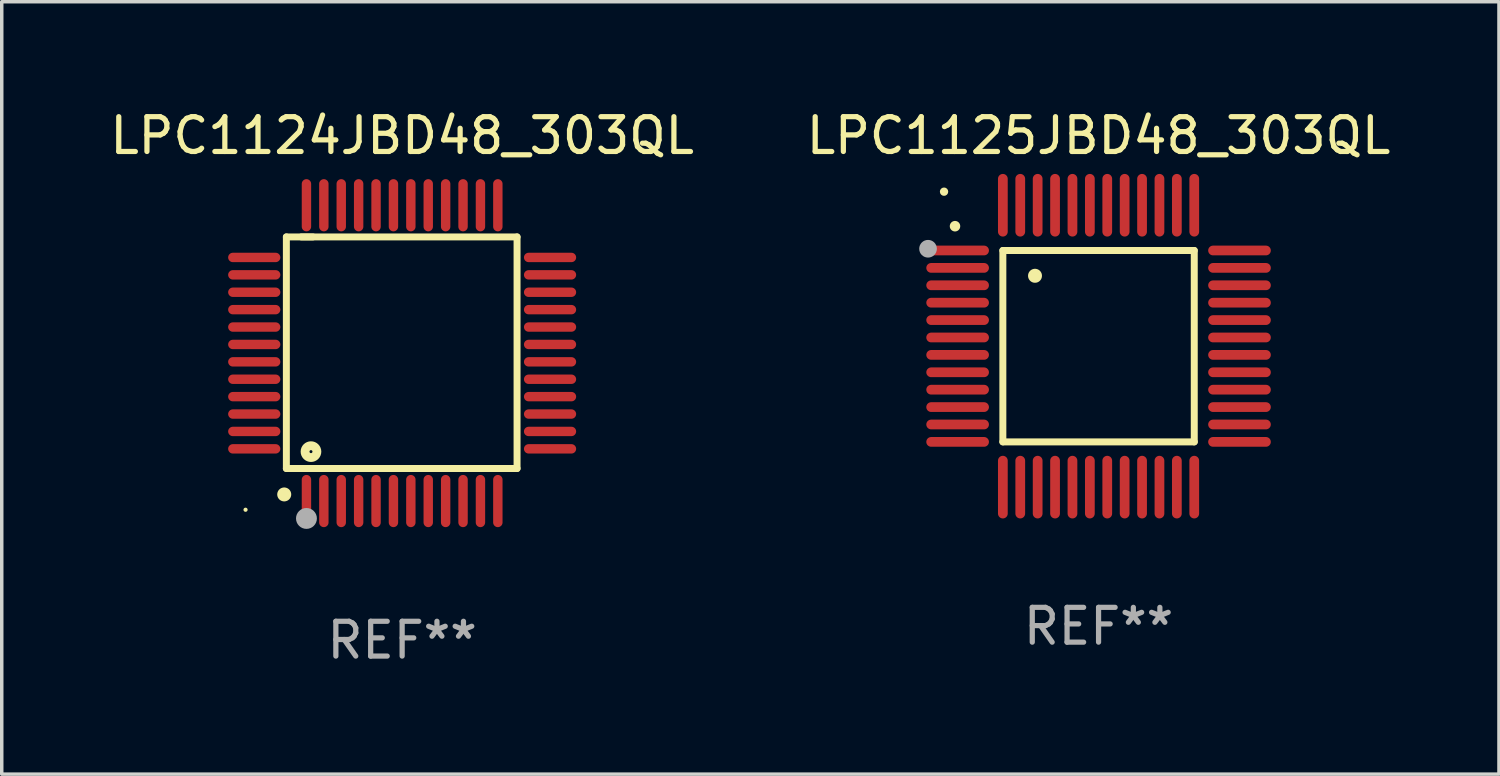
<source format=kicad_pcb>
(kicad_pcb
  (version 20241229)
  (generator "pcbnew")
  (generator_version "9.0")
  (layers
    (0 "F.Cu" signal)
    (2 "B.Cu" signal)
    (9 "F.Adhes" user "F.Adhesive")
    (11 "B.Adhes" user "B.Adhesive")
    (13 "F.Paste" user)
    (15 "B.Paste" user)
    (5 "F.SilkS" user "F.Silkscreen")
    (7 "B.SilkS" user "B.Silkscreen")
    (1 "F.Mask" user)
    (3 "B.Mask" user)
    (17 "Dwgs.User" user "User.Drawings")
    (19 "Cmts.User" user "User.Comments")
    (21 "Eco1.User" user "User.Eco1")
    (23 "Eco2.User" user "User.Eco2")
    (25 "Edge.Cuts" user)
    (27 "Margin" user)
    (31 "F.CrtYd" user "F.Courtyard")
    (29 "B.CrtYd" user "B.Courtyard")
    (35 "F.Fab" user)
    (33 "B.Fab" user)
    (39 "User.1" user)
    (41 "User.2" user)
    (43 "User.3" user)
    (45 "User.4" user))
  (footprint "LPC1125JBD48_303QL"
    (layer "F.Cu")
    (at 28.518 6.898)
    (property "Reference" "LPC1125JBD48_303QL" (at 0 -6.05 0) (layer "F.SilkS") (effects (font (size 1 1) (thickness 0.15))))
    (attr through_hole)
    (fp_line (start -2.75 -2.75) (end 2.75 -2.75) (stroke (width 0.2) (type solid)) (layer "F.SilkS"))
    (fp_line (start -2.75 2.75) (end -2.75 -2.75) (stroke (width 0.2) (type solid)) (layer "F.SilkS"))
    (fp_line (start 2.75 -2.75) (end 2.75 2.75) (stroke (width 0.2) (type solid)) (layer "F.SilkS"))
    (fp_line (start 2.75 2.75) (end -2.75 2.75) (stroke (width 0.2) (type solid)) (layer "F.SilkS"))
    (fp_arc (start -4.124968 -3.446787) (mid -4.124973 -3.448057) (end -4.124968 -3.449327) (stroke (width 0.3) (type solid)) (layer "F.SilkS"))
    (fp_arc (start -1.826264 -2.021844) (mid -1.826268 -2.023114) (end -1.826264 -2.024384) (stroke (width 0.4) (type solid)) (layer "F.SilkS"))
    (fp_circle (center -4.44 -4.44) (end -4.38 -4.44) (stroke (width 0.12) (type solid)) (fill no) (layer "F.SilkS"))
    (fp_circle (center -4.9 -2.8) (end -4.773 -2.8) (stroke (width 0.254) (type solid)) (fill no) (layer "F.Fab"))
    (fp_text user "REF**" (at 0 8.05 0) (layer "F.Fab") (effects (font (size 1 1) (thickness 0.15))))
    (pad "1" smd oval (at -4.05 -2.75 90) (size 0.28 1.8) (layers "F.Cu" "F.Mask" "F.Paste"))
    (pad "2" smd oval (at -4.05 -2.25 90) (size 0.28 1.8) (layers "F.Cu" "F.Mask" "F.Paste"))
    (pad "3" smd oval (at -4.05 -1.75 90) (size 0.28 1.8) (layers "F.Cu" "F.Mask" "F.Paste"))
    (pad "4" smd oval (at -4.05 -1.25 90) (size 0.28 1.8) (layers "F.Cu" "F.Mask" "F.Paste"))
    (pad "5" smd oval (at -4.05 -0.75 90) (size 0.28 1.8) (layers "F.Cu" "F.Mask" "F.Paste"))
    (pad "6" smd oval (at -4.05 -0.25 90) (size 0.28 1.8) (layers "F.Cu" "F.Mask" "F.Paste"))
    (pad "7" smd oval (at -4.05 0.25 90) (size 0.28 1.8) (layers "F.Cu" "F.Mask" "F.Paste"))
    (pad "8" smd oval (at -4.05 0.75 90) (size 0.28 1.8) (layers "F.Cu" "F.Mask" "F.Paste"))
    (pad "9" smd oval (at -4.05 1.25 90) (size 0.28 1.8) (layers "F.Cu" "F.Mask" "F.Paste"))
    (pad "10" smd oval (at -4.05 1.75 90) (size 0.28 1.8) (layers "F.Cu" "F.Mask" "F.Paste"))
    (pad "11" smd oval (at -4.05 2.25 90) (size 0.28 1.8) (layers "F.Cu" "F.Mask" "F.Paste"))
    (pad "12" smd oval (at -4.05 2.75 90) (size 0.28 1.8) (layers "F.Cu" "F.Mask" "F.Paste"))
    (pad "13" smd oval (at -2.75 4.05) (size 0.28 1.8) (layers "F.Cu" "F.Mask" "F.Paste"))
    (pad "14" smd oval (at -2.25 4.05) (size 0.28 1.8) (layers "F.Cu" "F.Mask" "F.Paste"))
    (pad "15" smd oval (at -1.75 4.05) (size 0.28 1.8) (layers "F.Cu" "F.Mask" "F.Paste"))
    (pad "16" smd oval (at -1.25 4.05) (size 0.28 1.8) (layers "F.Cu" "F.Mask" "F.Paste"))
    (pad "17" smd oval (at -0.75 4.05) (size 0.28 1.8) (layers "F.Cu" "F.Mask" "F.Paste"))
    (pad "18" smd oval (at -0.25 4.05) (size 0.28 1.8) (layers "F.Cu" "F.Mask" "F.Paste"))
    (pad "19" smd oval (at 0.25 4.05) (size 0.28 1.8) (layers "F.Cu" "F.Mask" "F.Paste"))
    (pad "20" smd oval (at 0.75 4.05) (size 0.28 1.8) (layers "F.Cu" "F.Mask" "F.Paste"))
    (pad "21" smd oval (at 1.25 4.05) (size 0.28 1.8) (layers "F.Cu" "F.Mask" "F.Paste"))
    (pad "22" smd oval (at 1.75 4.05) (size 0.28 1.8) (layers "F.Cu" "F.Mask" "F.Paste"))
    (pad "23" smd oval (at 2.25 4.05) (size 0.28 1.8) (layers "F.Cu" "F.Mask" "F.Paste"))
    (pad "24" smd oval (at 2.75 4.05) (size 0.28 1.8) (layers "F.Cu" "F.Mask" "F.Paste"))
    (pad "25" smd oval (at 4.05 2.75 90) (size 0.28 1.8) (layers "F.Cu" "F.Mask" "F.Paste"))
    (pad "26" smd oval (at 4.05 2.25 90) (size 0.28 1.8) (layers "F.Cu" "F.Mask" "F.Paste"))
    (pad "27" smd oval (at 4.05 1.75 90) (size 0.28 1.8) (layers "F.Cu" "F.Mask" "F.Paste"))
    (pad "28" smd oval (at 4.05 1.25 90) (size 0.28 1.8) (layers "F.Cu" "F.Mask" "F.Paste"))
    (pad "29" smd oval (at 4.05 0.75 90) (size 0.28 1.8) (layers "F.Cu" "F.Mask" "F.Paste"))
    (pad "30" smd oval (at 4.05 0.25 90) (size 0.28 1.8) (layers "F.Cu" "F.Mask" "F.Paste"))
    (pad "31" smd oval (at 4.05 -0.25 90) (size 0.28 1.8) (layers "F.Cu" "F.Mask" "F.Paste"))
    (pad "32" smd oval (at 4.05 -0.75 90) (size 0.28 1.8) (layers "F.Cu" "F.Mask" "F.Paste"))
    (pad "33" smd oval (at 4.05 -1.25 90) (size 0.28 1.8) (layers "F.Cu" "F.Mask" "F.Paste"))
    (pad "34" smd oval (at 4.05 -1.75 90) (size 0.28 1.8) (layers "F.Cu" "F.Mask" "F.Paste"))
    (pad "35" smd oval (at 4.05 -2.25 90) (size 0.28 1.8) (layers "F.Cu" "F.Mask" "F.Paste"))
    (pad "36" smd oval (at 4.05 -2.75 90) (size 0.28 1.8) (layers "F.Cu" "F.Mask" "F.Paste"))
    (pad "37" smd oval (at 2.75 -4.05) (size 0.28 1.8) (layers "F.Cu" "F.Mask" "F.Paste"))
    (pad "38" smd oval (at 2.25 -4.05) (size 0.28 1.8) (layers "F.Cu" "F.Mask" "F.Paste"))
    (pad "39" smd oval (at 1.75 -4.05) (size 0.28 1.8) (layers "F.Cu" "F.Mask" "F.Paste"))
    (pad "40" smd oval (at 1.25 -4.05) (size 0.28 1.8) (layers "F.Cu" "F.Mask" "F.Paste"))
    (pad "41" smd oval (at 0.75 -4.05) (size 0.28 1.8) (layers "F.Cu" "F.Mask" "F.Paste"))
    (pad "42" smd oval (at 0.25 -4.05) (size 0.28 1.8) (layers "F.Cu" "F.Mask" "F.Paste"))
    (pad "43" smd oval (at -0.25 -4.05) (size 0.28 1.8) (layers "F.Cu" "F.Mask" "F.Paste"))
    (pad "44" smd oval (at -0.75 -4.05) (size 0.28 1.8) (layers "F.Cu" "F.Mask" "F.Paste"))
    (pad "45" smd oval (at -1.25 -4.05) (size 0.28 1.8) (layers "F.Cu" "F.Mask" "F.Paste"))
    (pad "46" smd oval (at -1.75 -4.05) (size 0.28 1.8) (layers "F.Cu" "F.Mask" "F.Paste"))
    (pad "47" smd oval (at -2.25 -4.05) (size 0.28 1.8) (layers "F.Cu" "F.Mask" "F.Paste"))
    (pad "48" smd oval (at -2.75 -4.05) (size 0.28 1.8) (layers "F.Cu" "F.Mask" "F.Paste")))
  (footprint "LPC1124JBD48_303QL"
    (layer "F.Cu")
    (at 8.506 7.098)
    (property "Reference" "LPC1124JBD48_303QL" (at 0 -6.25 0) (layer "F.SilkS") (effects (font (size 1 1) (thickness 0.15))))
    (attr through_hole)
    (fp_line (start -3.327 -3.34) (end -2.565 -3.34) (stroke (width 0.2) (type solid)) (layer "F.SilkS"))
    (fp_line (start -3.327 3.315) (end -3.327 -3.34) (stroke (width 0.2) (type solid)) (layer "F.SilkS"))
    (fp_line (start -2.896 -3.34) (end 3.302 -3.34) (stroke (width 0.2) (type solid)) (layer "F.SilkS"))
    (fp_line (start 3.302 -3.34) (end 3.302 3.315) (stroke (width 0.2) (type solid)) (layer "F.SilkS"))
    (fp_line (start 3.302 3.315) (end -3.327 3.315) (stroke (width 0.2) (type solid)) (layer "F.SilkS"))
    (fp_arc (start -3.389992 4.059995) (mid -3.388722 4.059991) (end -3.387452 4.059995) (stroke (width 0.4) (type solid)) (layer "F.SilkS"))
    (fp_circle (center -4.5 4.5) (end -4.47 4.5) (stroke (width 0.06) (type solid)) (fill no) (layer "F.SilkS"))
    (fp_circle (center -2.62 2.83) (end -2.45 2.83) (stroke (width 0.254) (type solid)) (fill no) (layer "F.SilkS"))
    (fp_circle (center -2.75 4.75) (end -2.6 4.75) (stroke (width 0.3) (type solid)) (fill no) (layer "F.Fab"))
    (fp_text user "REF**" (at 0 8.25 0) (layer "F.Fab") (effects (font (size 1 1) (thickness 0.15))))
    (pad "1" smd oval (at -2.75 4.25) (size 0.27 1.5) (layers "F.Cu" "F.Mask" "F.Paste"))
    (pad "2" smd oval (at -2.25 4.25) (size 0.27 1.5) (layers "F.Cu" "F.Mask" "F.Paste"))
    (pad "3" smd oval (at -1.75 4.25) (size 0.27 1.5) (layers "F.Cu" "F.Mask" "F.Paste"))
    (pad "4" smd oval (at -1.25 4.25) (size 0.27 1.5) (layers "F.Cu" "F.Mask" "F.Paste"))
    (pad "5" smd oval (at -0.75 4.25) (size 0.27 1.5) (layers "F.Cu" "F.Mask" "F.Paste"))
    (pad "6" smd oval (at -0.25 4.25) (size 0.27 1.5) (layers "F.Cu" "F.Mask" "F.Paste"))
    (pad "7" smd oval (at 0.25 4.25) (size 0.27 1.5) (layers "F.Cu" "F.Mask" "F.Paste"))
    (pad "8" smd oval (at 0.75 4.25) (size 0.27 1.5) (layers "F.Cu" "F.Mask" "F.Paste"))
    (pad "9" smd oval (at 1.25 4.25) (size 0.27 1.5) (layers "F.Cu" "F.Mask" "F.Paste"))
    (pad "10" smd oval (at 1.75 4.25) (size 0.27 1.5) (layers "F.Cu" "F.Mask" "F.Paste"))
    (pad "11" smd oval (at 2.25 4.25) (size 0.27 1.5) (layers "F.Cu" "F.Mask" "F.Paste"))
    (pad "12" smd oval (at 2.75 4.25) (size 0.27 1.5) (layers "F.Cu" "F.Mask" "F.Paste"))
    (pad "13" smd oval (at 4.25 2.75) (size 1.5 0.27) (layers "F.Cu" "F.Mask" "F.Paste"))
    (pad "14" smd oval (at 4.25 2.25) (size 1.5 0.27) (layers "F.Cu" "F.Mask" "F.Paste"))
    (pad "15" smd oval (at 4.25 1.75) (size 1.5 0.27) (layers "F.Cu" "F.Mask" "F.Paste"))
    (pad "16" smd oval (at 4.25 1.25) (size 1.5 0.27) (layers "F.Cu" "F.Mask" "F.Paste"))
    (pad "17" smd oval (at 4.25 0.75) (size 1.5 0.27) (layers "F.Cu" "F.Mask" "F.Paste"))
    (pad "18" smd oval (at 4.25 0.25) (size 1.5 0.27) (layers "F.Cu" "F.Mask" "F.Paste"))
    (pad "19" smd oval (at 4.25 -0.25) (size 1.5 0.27) (layers "F.Cu" "F.Mask" "F.Paste"))
    (pad "20" smd oval (at 4.25 -0.75) (size 1.5 0.27) (layers "F.Cu" "F.Mask" "F.Paste"))
    (pad "21" smd oval (at 4.25 -1.25) (size 1.5 0.27) (layers "F.Cu" "F.Mask" "F.Paste"))
    (pad "22" smd oval (at 4.25 -1.75) (size 1.5 0.27) (layers "F.Cu" "F.Mask" "F.Paste"))
    (pad "23" smd oval (at 4.25 -2.25) (size 1.5 0.27) (layers "F.Cu" "F.Mask" "F.Paste"))
    (pad "24" smd oval (at 4.25 -2.75) (size 1.5 0.27) (layers "F.Cu" "F.Mask" "F.Paste"))
    (pad "25" smd oval (at 2.75 -4.25) (size 0.27 1.5) (layers "F.Cu" "F.Mask" "F.Paste"))
    (pad "26" smd oval (at 2.25 -4.25) (size 0.27 1.5) (layers "F.Cu" "F.Mask" "F.Paste"))
    (pad "27" smd oval (at 1.75 -4.25) (size 0.27 1.5) (layers "F.Cu" "F.Mask" "F.Paste"))
    (pad "28" smd oval (at 1.25 -4.25) (size 0.27 1.5) (layers "F.Cu" "F.Mask" "F.Paste"))
    (pad "29" smd oval (at 0.75 -4.25) (size 0.27 1.5) (layers "F.Cu" "F.Mask" "F.Paste"))
    (pad "30" smd oval (at 0.25 -4.25) (size 0.27 1.5) (layers "F.Cu" "F.Mask" "F.Paste"))
    (pad "31" smd oval (at -0.25 -4.25) (size 0.27 1.5) (layers "F.Cu" "F.Mask" "F.Paste"))
    (pad "32" smd oval (at -0.75 -4.25) (size 0.27 1.5) (layers "F.Cu" "F.Mask" "F.Paste"))
    (pad "33" smd oval (at -1.25 -4.25) (size 0.27 1.5) (layers "F.Cu" "F.Mask" "F.Paste"))
    (pad "34" smd oval (at -1.75 -4.25) (size 0.27 1.5) (layers "F.Cu" "F.Mask" "F.Paste"))
    (pad "35" smd oval (at -2.25 -4.25) (size 0.27 1.5) (layers "F.Cu" "F.Mask" "F.Paste"))
    (pad "36" smd oval (at -2.75 -4.25) (size 0.27 1.5) (layers "F.Cu" "F.Mask" "F.Paste"))
    (pad "37" smd oval (at -4.25 -2.75) (size 1.5 0.27) (layers "F.Cu" "F.Mask" "F.Paste"))
    (pad "38" smd oval (at -4.25 -2.25) (size 1.5 0.27) (layers "F.Cu" "F.Mask" "F.Paste"))
    (pad "39" smd oval (at -4.25 -1.75) (size 1.5 0.27) (layers "F.Cu" "F.Mask" "F.Paste"))
    (pad "40" smd oval (at -4.25 -1.25) (size 1.5 0.27) (layers "F.Cu" "F.Mask" "F.Paste"))
    (pad "41" smd oval (at -4.25 -0.75) (size 1.5 0.27) (layers "F.Cu" "F.Mask" "F.Paste"))
    (pad "42" smd oval (at -4.25 -0.25) (size 1.5 0.27) (layers "F.Cu" "F.Mask" "F.Paste"))
    (pad "43" smd oval (at -4.25 0.25) (size 1.5 0.27) (layers "F.Cu" "F.Mask" "F.Paste"))
    (pad "44" smd oval (at -4.25 0.75) (size 1.5 0.27) (layers "F.Cu" "F.Mask" "F.Paste"))
    (pad "45" smd oval (at -4.25 1.25) (size 1.5 0.27) (layers "F.Cu" "F.Mask" "F.Paste"))
    (pad "46" smd oval (at -4.25 1.75) (size 1.5 0.27) (layers "F.Cu" "F.Mask" "F.Paste"))
    (pad "47" smd oval (at -4.25 2.25) (size 1.5 0.27) (layers "F.Cu" "F.Mask" "F.Paste"))
    (pad "48" smd oval (at -4.25 2.75) (size 1.5 0.27) (layers "F.Cu" "F.Mask" "F.Paste")))
  (gr_rect
    (start -3 -3)
    (end 40.024 19.196)
    (stroke (width 0.1) (type default))
    (fill no)
    (layer "Edge.Cuts")))
</source>
